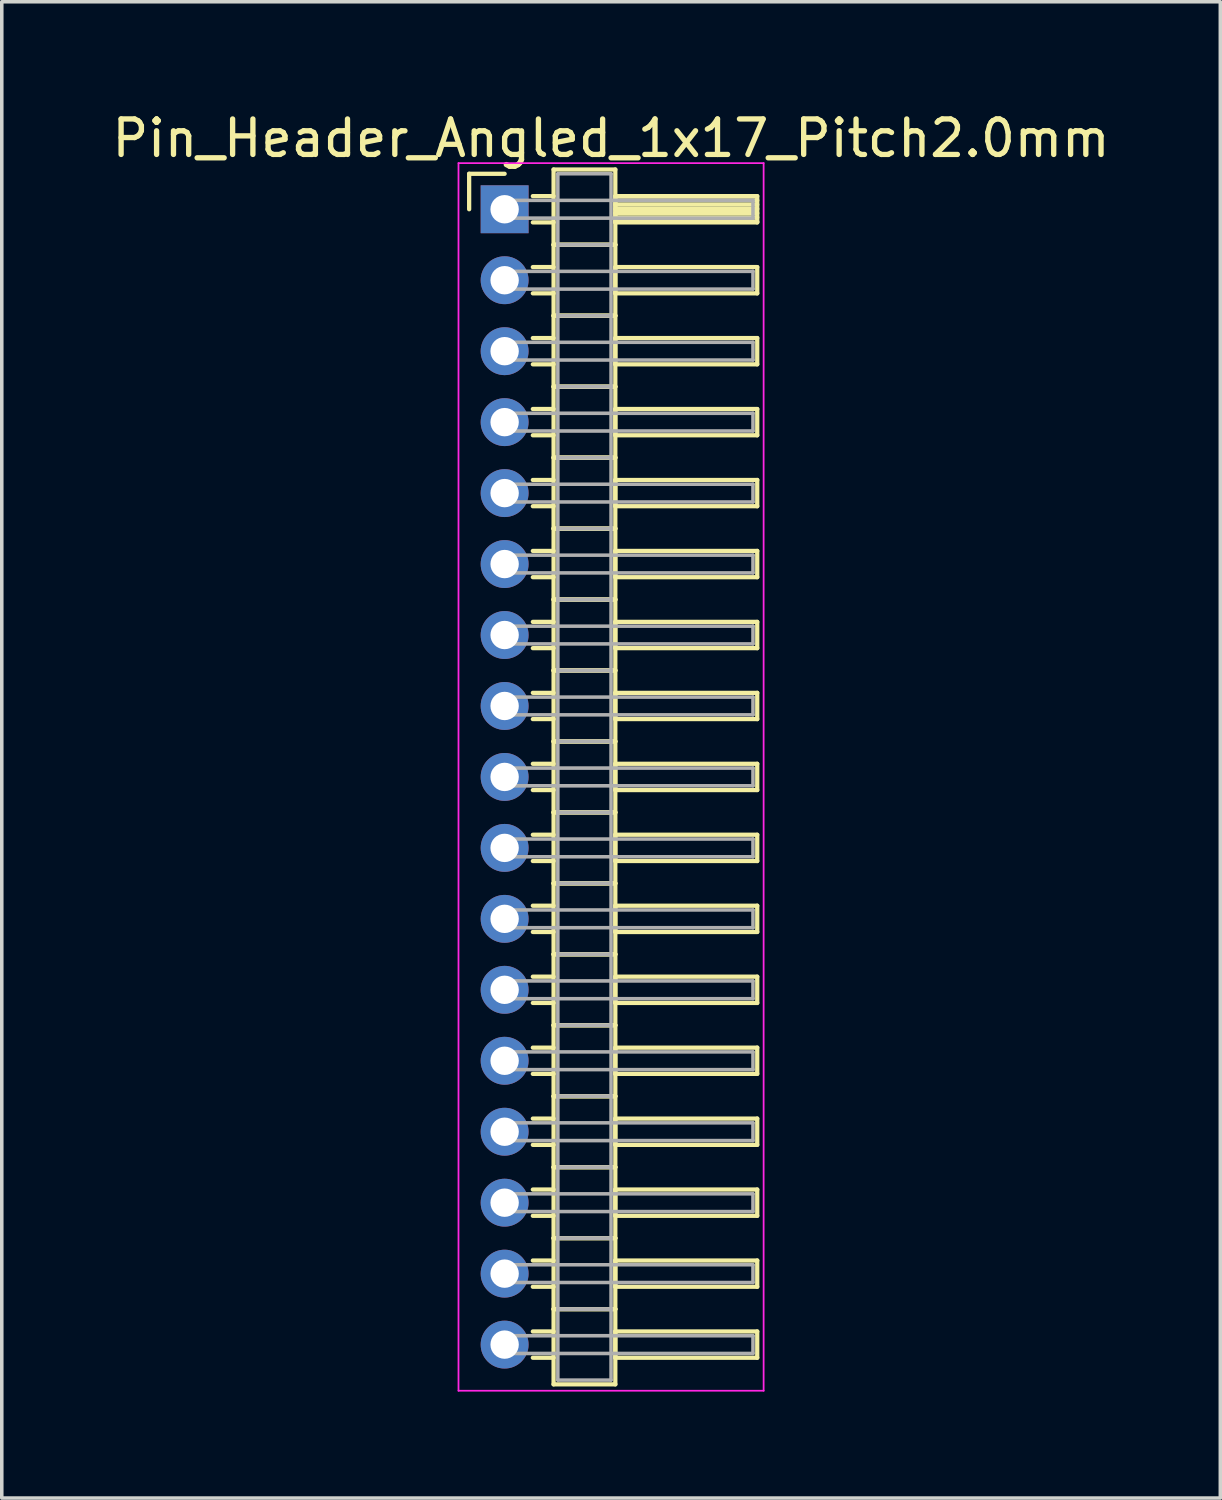
<source format=kicad_pcb>
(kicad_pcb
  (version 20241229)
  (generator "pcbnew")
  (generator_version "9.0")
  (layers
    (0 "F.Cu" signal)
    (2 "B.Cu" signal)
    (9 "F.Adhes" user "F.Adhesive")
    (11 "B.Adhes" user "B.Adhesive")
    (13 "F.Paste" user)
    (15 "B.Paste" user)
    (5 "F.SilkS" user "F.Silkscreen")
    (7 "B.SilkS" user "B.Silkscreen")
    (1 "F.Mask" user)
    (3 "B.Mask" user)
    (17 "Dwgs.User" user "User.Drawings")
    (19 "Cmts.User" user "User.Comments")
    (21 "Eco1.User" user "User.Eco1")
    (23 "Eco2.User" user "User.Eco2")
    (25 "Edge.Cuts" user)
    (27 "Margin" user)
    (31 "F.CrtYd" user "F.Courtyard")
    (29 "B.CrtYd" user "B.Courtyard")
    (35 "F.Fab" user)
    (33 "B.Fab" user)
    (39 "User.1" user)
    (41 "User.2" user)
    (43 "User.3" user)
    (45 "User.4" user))
  (footprint "Pin_Header_Angled_1x17_Pitch2.0mm"
    (layer "F.Cu")
    (at 11.173 2.848)
    (property "Reference" "Pin_Header_Angled_1x17_Pitch2.0mm" (at 3 -2 0) (layer "F.SilkS") (effects (font (size 1 1) (thickness 0.15))))
    (attr through_hole)
    (fp_line (start -1 -1) (end 0 -1) (stroke (width 0.12) (type solid)) (layer "F.SilkS"))
    (fp_line (start -1 0) (end -1 -1) (stroke (width 0.12) (type solid)) (layer "F.SilkS"))
    (fp_line (start 0.795 -0.37) (end 1.38 -0.37) (stroke (width 0.12) (type solid)) (layer "F.SilkS"))
    (fp_line (start 0.795 0.37) (end 1.38 0.37) (stroke (width 0.12) (type solid)) (layer "F.SilkS"))
    (fp_line (start 0.795 1.63) (end 1.38 1.63) (stroke (width 0.12) (type solid)) (layer "F.SilkS"))
    (fp_line (start 0.795 2.37) (end 1.38 2.37) (stroke (width 0.12) (type solid)) (layer "F.SilkS"))
    (fp_line (start 0.795 3.63) (end 1.38 3.63) (stroke (width 0.12) (type solid)) (layer "F.SilkS"))
    (fp_line (start 0.795 4.37) (end 1.38 4.37) (stroke (width 0.12) (type solid)) (layer "F.SilkS"))
    (fp_line (start 0.795 5.63) (end 1.38 5.63) (stroke (width 0.12) (type solid)) (layer "F.SilkS"))
    (fp_line (start 0.795 6.37) (end 1.38 6.37) (stroke (width 0.12) (type solid)) (layer "F.SilkS"))
    (fp_line (start 0.795 7.63) (end 1.38 7.63) (stroke (width 0.12) (type solid)) (layer "F.SilkS"))
    (fp_line (start 0.795 8.37) (end 1.38 8.37) (stroke (width 0.12) (type solid)) (layer "F.SilkS"))
    (fp_line (start 0.795 9.63) (end 1.38 9.63) (stroke (width 0.12) (type solid)) (layer "F.SilkS"))
    (fp_line (start 0.795 10.37) (end 1.38 10.37) (stroke (width 0.12) (type solid)) (layer "F.SilkS"))
    (fp_line (start 0.795 11.63) (end 1.38 11.63) (stroke (width 0.12) (type solid)) (layer "F.SilkS"))
    (fp_line (start 0.795 12.37) (end 1.38 12.37) (stroke (width 0.12) (type solid)) (layer "F.SilkS"))
    (fp_line (start 0.795 13.63) (end 1.38 13.63) (stroke (width 0.12) (type solid)) (layer "F.SilkS"))
    (fp_line (start 0.795 14.37) (end 1.38 14.37) (stroke (width 0.12) (type solid)) (layer "F.SilkS"))
    (fp_line (start 0.795 15.63) (end 1.38 15.63) (stroke (width 0.12) (type solid)) (layer "F.SilkS"))
    (fp_line (start 0.795 16.37) (end 1.38 16.37) (stroke (width 0.12) (type solid)) (layer "F.SilkS"))
    (fp_line (start 0.795 17.63) (end 1.38 17.63) (stroke (width 0.12) (type solid)) (layer "F.SilkS"))
    (fp_line (start 0.795 18.37) (end 1.38 18.37) (stroke (width 0.12) (type solid)) (layer "F.SilkS"))
    (fp_line (start 0.795 19.63) (end 1.38 19.63) (stroke (width 0.12) (type solid)) (layer "F.SilkS"))
    (fp_line (start 0.795 20.37) (end 1.38 20.37) (stroke (width 0.12) (type solid)) (layer "F.SilkS"))
    (fp_line (start 0.795 21.63) (end 1.38 21.63) (stroke (width 0.12) (type solid)) (layer "F.SilkS"))
    (fp_line (start 0.795 22.37) (end 1.38 22.37) (stroke (width 0.12) (type solid)) (layer "F.SilkS"))
    (fp_line (start 0.795 23.63) (end 1.38 23.63) (stroke (width 0.12) (type solid)) (layer "F.SilkS"))
    (fp_line (start 0.795 24.37) (end 1.38 24.37) (stroke (width 0.12) (type solid)) (layer "F.SilkS"))
    (fp_line (start 0.795 25.63) (end 1.38 25.63) (stroke (width 0.12) (type solid)) (layer "F.SilkS"))
    (fp_line (start 0.795 26.37) (end 1.38 26.37) (stroke (width 0.12) (type solid)) (layer "F.SilkS"))
    (fp_line (start 0.795 27.63) (end 1.38 27.63) (stroke (width 0.12) (type solid)) (layer "F.SilkS"))
    (fp_line (start 0.795 28.37) (end 1.38 28.37) (stroke (width 0.12) (type solid)) (layer "F.SilkS"))
    (fp_line (start 0.795 29.63) (end 1.38 29.63) (stroke (width 0.12) (type solid)) (layer "F.SilkS"))
    (fp_line (start 0.795 30.37) (end 1.38 30.37) (stroke (width 0.12) (type solid)) (layer "F.SilkS"))
    (fp_line (start 0.795 31.63) (end 1.38 31.63) (stroke (width 0.12) (type solid)) (layer "F.SilkS"))
    (fp_line (start 0.795 32.37) (end 1.38 32.37) (stroke (width 0.12) (type solid)) (layer "F.SilkS"))
    (fp_line (start 1.38 -1.12) (end 1.38 1) (stroke (width 0.12) (type solid)) (layer "F.SilkS"))
    (fp_line (start 1.38 1) (end 1.38 3) (stroke (width 0.12) (type solid)) (layer "F.SilkS"))
    (fp_line (start 1.38 1) (end 3.12 1) (stroke (width 0.12) (type solid)) (layer "F.SilkS"))
    (fp_line (start 1.38 3) (end 1.38 5) (stroke (width 0.12) (type solid)) (layer "F.SilkS"))
    (fp_line (start 1.38 3) (end 3.12 3) (stroke (width 0.12) (type solid)) (layer "F.SilkS"))
    (fp_line (start 1.38 5) (end 1.38 7) (stroke (width 0.12) (type solid)) (layer "F.SilkS"))
    (fp_line (start 1.38 5) (end 3.12 5) (stroke (width 0.12) (type solid)) (layer "F.SilkS"))
    (fp_line (start 1.38 7) (end 1.38 9) (stroke (width 0.12) (type solid)) (layer "F.SilkS"))
    (fp_line (start 1.38 7) (end 3.12 7) (stroke (width 0.12) (type solid)) (layer "F.SilkS"))
    (fp_line (start 1.38 9) (end 1.38 11) (stroke (width 0.12) (type solid)) (layer "F.SilkS"))
    (fp_line (start 1.38 9) (end 3.12 9) (stroke (width 0.12) (type solid)) (layer "F.SilkS"))
    (fp_line (start 1.38 11) (end 1.38 13) (stroke (width 0.12) (type solid)) (layer "F.SilkS"))
    (fp_line (start 1.38 11) (end 3.12 11) (stroke (width 0.12) (type solid)) (layer "F.SilkS"))
    (fp_line (start 1.38 13) (end 1.38 15) (stroke (width 0.12) (type solid)) (layer "F.SilkS"))
    (fp_line (start 1.38 13) (end 3.12 13) (stroke (width 0.12) (type solid)) (layer "F.SilkS"))
    (fp_line (start 1.38 15) (end 1.38 17) (stroke (width 0.12) (type solid)) (layer "F.SilkS"))
    (fp_line (start 1.38 15) (end 3.12 15) (stroke (width 0.12) (type solid)) (layer "F.SilkS"))
    (fp_line (start 1.38 17) (end 1.38 19) (stroke (width 0.12) (type solid)) (layer "F.SilkS"))
    (fp_line (start 1.38 17) (end 3.12 17) (stroke (width 0.12) (type solid)) (layer "F.SilkS"))
    (fp_line (start 1.38 19) (end 1.38 21) (stroke (width 0.12) (type solid)) (layer "F.SilkS"))
    (fp_line (start 1.38 19) (end 3.12 19) (stroke (width 0.12) (type solid)) (layer "F.SilkS"))
    (fp_line (start 1.38 21) (end 1.38 23) (stroke (width 0.12) (type solid)) (layer "F.SilkS"))
    (fp_line (start 1.38 21) (end 3.12 21) (stroke (width 0.12) (type solid)) (layer "F.SilkS"))
    (fp_line (start 1.38 23) (end 1.38 25) (stroke (width 0.12) (type solid)) (layer "F.SilkS"))
    (fp_line (start 1.38 23) (end 3.12 23) (stroke (width 0.12) (type solid)) (layer "F.SilkS"))
    (fp_line (start 1.38 25) (end 1.38 27) (stroke (width 0.12) (type solid)) (layer "F.SilkS"))
    (fp_line (start 1.38 25) (end 3.12 25) (stroke (width 0.12) (type solid)) (layer "F.SilkS"))
    (fp_line (start 1.38 27) (end 1.38 29) (stroke (width 0.12) (type solid)) (layer "F.SilkS"))
    (fp_line (start 1.38 27) (end 3.12 27) (stroke (width 0.12) (type solid)) (layer "F.SilkS"))
    (fp_line (start 1.38 29) (end 1.38 31) (stroke (width 0.12) (type solid)) (layer "F.SilkS"))
    (fp_line (start 1.38 29) (end 3.12 29) (stroke (width 0.12) (type solid)) (layer "F.SilkS"))
    (fp_line (start 1.38 31) (end 1.38 33.12) (stroke (width 0.12) (type solid)) (layer "F.SilkS"))
    (fp_line (start 1.38 31) (end 3.12 31) (stroke (width 0.12) (type solid)) (layer "F.SilkS"))
    (fp_line (start 1.38 33.12) (end 3.12 33.12) (stroke (width 0.12) (type solid)) (layer "F.SilkS"))
    (fp_line (start 3.12 -1.12) (end 1.38 -1.12) (stroke (width 0.12) (type solid)) (layer "F.SilkS"))
    (fp_line (start 3.12 -0.37) (end 3.12 0.37) (stroke (width 0.12) (type solid)) (layer "F.SilkS"))
    (fp_line (start 3.12 -0.25) (end 7.12 -0.25) (stroke (width 0.12) (type solid)) (layer "F.SilkS"))
    (fp_line (start 3.12 -0.13) (end 7.12 -0.13) (stroke (width 0.12) (type solid)) (layer "F.SilkS"))
    (fp_line (start 3.12 -0.01) (end 7.12 -0.01) (stroke (width 0.12) (type solid)) (layer "F.SilkS"))
    (fp_line (start 3.12 0.11) (end 7.12 0.11) (stroke (width 0.12) (type solid)) (layer "F.SilkS"))
    (fp_line (start 3.12 0.23) (end 7.12 0.23) (stroke (width 0.12) (type solid)) (layer "F.SilkS"))
    (fp_line (start 3.12 0.35) (end 7.12 0.35) (stroke (width 0.12) (type solid)) (layer "F.SilkS"))
    (fp_line (start 3.12 0.37) (end 7.12 0.37) (stroke (width 0.12) (type solid)) (layer "F.SilkS"))
    (fp_line (start 3.12 1) (end 1.38 1) (stroke (width 0.12) (type solid)) (layer "F.SilkS"))
    (fp_line (start 3.12 1) (end 3.12 -1.12) (stroke (width 0.12) (type solid)) (layer "F.SilkS"))
    (fp_line (start 3.12 1.63) (end 3.12 2.37) (stroke (width 0.12) (type solid)) (layer "F.SilkS"))
    (fp_line (start 3.12 2.37) (end 7.12 2.37) (stroke (width 0.12) (type solid)) (layer "F.SilkS"))
    (fp_line (start 3.12 3) (end 1.38 3) (stroke (width 0.12) (type solid)) (layer "F.SilkS"))
    (fp_line (start 3.12 3) (end 3.12 1) (stroke (width 0.12) (type solid)) (layer "F.SilkS"))
    (fp_line (start 3.12 3.63) (end 3.12 4.37) (stroke (width 0.12) (type solid)) (layer "F.SilkS"))
    (fp_line (start 3.12 4.37) (end 7.12 4.37) (stroke (width 0.12) (type solid)) (layer "F.SilkS"))
    (fp_line (start 3.12 5) (end 1.38 5) (stroke (width 0.12) (type solid)) (layer "F.SilkS"))
    (fp_line (start 3.12 5) (end 3.12 3) (stroke (width 0.12) (type solid)) (layer "F.SilkS"))
    (fp_line (start 3.12 5.63) (end 3.12 6.37) (stroke (width 0.12) (type solid)) (layer "F.SilkS"))
    (fp_line (start 3.12 6.37) (end 7.12 6.37) (stroke (width 0.12) (type solid)) (layer "F.SilkS"))
    (fp_line (start 3.12 7) (end 1.38 7) (stroke (width 0.12) (type solid)) (layer "F.SilkS"))
    (fp_line (start 3.12 7) (end 3.12 5) (stroke (width 0.12) (type solid)) (layer "F.SilkS"))
    (fp_line (start 3.12 7.63) (end 3.12 8.37) (stroke (width 0.12) (type solid)) (layer "F.SilkS"))
    (fp_line (start 3.12 8.37) (end 7.12 8.37) (stroke (width 0.12) (type solid)) (layer "F.SilkS"))
    (fp_line (start 3.12 9) (end 1.38 9) (stroke (width 0.12) (type solid)) (layer "F.SilkS"))
    (fp_line (start 3.12 9) (end 3.12 7) (stroke (width 0.12) (type solid)) (layer "F.SilkS"))
    (fp_line (start 3.12 9.63) (end 3.12 10.37) (stroke (width 0.12) (type solid)) (layer "F.SilkS"))
    (fp_line (start 3.12 10.37) (end 7.12 10.37) (stroke (width 0.12) (type solid)) (layer "F.SilkS"))
    (fp_line (start 3.12 11) (end 1.38 11) (stroke (width 0.12) (type solid)) (layer "F.SilkS"))
    (fp_line (start 3.12 11) (end 3.12 9) (stroke (width 0.12) (type solid)) (layer "F.SilkS"))
    (fp_line (start 3.12 11.63) (end 3.12 12.37) (stroke (width 0.12) (type solid)) (layer "F.SilkS"))
    (fp_line (start 3.12 12.37) (end 7.12 12.37) (stroke (width 0.12) (type solid)) (layer "F.SilkS"))
    (fp_line (start 3.12 13) (end 1.38 13) (stroke (width 0.12) (type solid)) (layer "F.SilkS"))
    (fp_line (start 3.12 13) (end 3.12 11) (stroke (width 0.12) (type solid)) (layer "F.SilkS"))
    (fp_line (start 3.12 13.63) (end 3.12 14.37) (stroke (width 0.12) (type solid)) (layer "F.SilkS"))
    (fp_line (start 3.12 14.37) (end 7.12 14.37) (stroke (width 0.12) (type solid)) (layer "F.SilkS"))
    (fp_line (start 3.12 15) (end 1.38 15) (stroke (width 0.12) (type solid)) (layer "F.SilkS"))
    (fp_line (start 3.12 15) (end 3.12 13) (stroke (width 0.12) (type solid)) (layer "F.SilkS"))
    (fp_line (start 3.12 15.63) (end 3.12 16.37) (stroke (width 0.12) (type solid)) (layer "F.SilkS"))
    (fp_line (start 3.12 16.37) (end 7.12 16.37) (stroke (width 0.12) (type solid)) (layer "F.SilkS"))
    (fp_line (start 3.12 17) (end 1.38 17) (stroke (width 0.12) (type solid)) (layer "F.SilkS"))
    (fp_line (start 3.12 17) (end 3.12 15) (stroke (width 0.12) (type solid)) (layer "F.SilkS"))
    (fp_line (start 3.12 17.63) (end 3.12 18.37) (stroke (width 0.12) (type solid)) (layer "F.SilkS"))
    (fp_line (start 3.12 18.37) (end 7.12 18.37) (stroke (width 0.12) (type solid)) (layer "F.SilkS"))
    (fp_line (start 3.12 19) (end 1.38 19) (stroke (width 0.12) (type solid)) (layer "F.SilkS"))
    (fp_line (start 3.12 19) (end 3.12 17) (stroke (width 0.12) (type solid)) (layer "F.SilkS"))
    (fp_line (start 3.12 19.63) (end 3.12 20.37) (stroke (width 0.12) (type solid)) (layer "F.SilkS"))
    (fp_line (start 3.12 20.37) (end 7.12 20.37) (stroke (width 0.12) (type solid)) (layer "F.SilkS"))
    (fp_line (start 3.12 21) (end 1.38 21) (stroke (width 0.12) (type solid)) (layer "F.SilkS"))
    (fp_line (start 3.12 21) (end 3.12 19) (stroke (width 0.12) (type solid)) (layer "F.SilkS"))
    (fp_line (start 3.12 21.63) (end 3.12 22.37) (stroke (width 0.12) (type solid)) (layer "F.SilkS"))
    (fp_line (start 3.12 22.37) (end 7.12 22.37) (stroke (width 0.12) (type solid)) (layer "F.SilkS"))
    (fp_line (start 3.12 23) (end 1.38 23) (stroke (width 0.12) (type solid)) (layer "F.SilkS"))
    (fp_line (start 3.12 23) (end 3.12 21) (stroke (width 0.12) (type solid)) (layer "F.SilkS"))
    (fp_line (start 3.12 23.63) (end 3.12 24.37) (stroke (width 0.12) (type solid)) (layer "F.SilkS"))
    (fp_line (start 3.12 24.37) (end 7.12 24.37) (stroke (width 0.12) (type solid)) (layer "F.SilkS"))
    (fp_line (start 3.12 25) (end 1.38 25) (stroke (width 0.12) (type solid)) (layer "F.SilkS"))
    (fp_line (start 3.12 25) (end 3.12 23) (stroke (width 0.12) (type solid)) (layer "F.SilkS"))
    (fp_line (start 3.12 25.63) (end 3.12 26.37) (stroke (width 0.12) (type solid)) (layer "F.SilkS"))
    (fp_line (start 3.12 26.37) (end 7.12 26.37) (stroke (width 0.12) (type solid)) (layer "F.SilkS"))
    (fp_line (start 3.12 27) (end 1.38 27) (stroke (width 0.12) (type solid)) (layer "F.SilkS"))
    (fp_line (start 3.12 27) (end 3.12 25) (stroke (width 0.12) (type solid)) (layer "F.SilkS"))
    (fp_line (start 3.12 27.63) (end 3.12 28.37) (stroke (width 0.12) (type solid)) (layer "F.SilkS"))
    (fp_line (start 3.12 28.37) (end 7.12 28.37) (stroke (width 0.12) (type solid)) (layer "F.SilkS"))
    (fp_line (start 3.12 29) (end 1.38 29) (stroke (width 0.12) (type solid)) (layer "F.SilkS"))
    (fp_line (start 3.12 29) (end 3.12 27) (stroke (width 0.12) (type solid)) (layer "F.SilkS"))
    (fp_line (start 3.12 29.63) (end 3.12 30.37) (stroke (width 0.12) (type solid)) (layer "F.SilkS"))
    (fp_line (start 3.12 30.37) (end 7.12 30.37) (stroke (width 0.12) (type solid)) (layer "F.SilkS"))
    (fp_line (start 3.12 31) (end 1.38 31) (stroke (width 0.12) (type solid)) (layer "F.SilkS"))
    (fp_line (start 3.12 31) (end 3.12 29) (stroke (width 0.12) (type solid)) (layer "F.SilkS"))
    (fp_line (start 3.12 31.63) (end 3.12 32.37) (stroke (width 0.12) (type solid)) (layer "F.SilkS"))
    (fp_line (start 3.12 32.37) (end 7.12 32.37) (stroke (width 0.12) (type solid)) (layer "F.SilkS"))
    (fp_line (start 3.12 33.12) (end 3.12 31) (stroke (width 0.12) (type solid)) (layer "F.SilkS"))
    (fp_line (start 7.12 -0.37) (end 3.12 -0.37) (stroke (width 0.12) (type solid)) (layer "F.SilkS"))
    (fp_line (start 7.12 0.37) (end 7.12 -0.37) (stroke (width 0.12) (type solid)) (layer "F.SilkS"))
    (fp_line (start 7.12 1.63) (end 3.12 1.63) (stroke (width 0.12) (type solid)) (layer "F.SilkS"))
    (fp_line (start 7.12 2.37) (end 7.12 1.63) (stroke (width 0.12) (type solid)) (layer "F.SilkS"))
    (fp_line (start 7.12 3.63) (end 3.12 3.63) (stroke (width 0.12) (type solid)) (layer "F.SilkS"))
    (fp_line (start 7.12 4.37) (end 7.12 3.63) (stroke (width 0.12) (type solid)) (layer "F.SilkS"))
    (fp_line (start 7.12 5.63) (end 3.12 5.63) (stroke (width 0.12) (type solid)) (layer "F.SilkS"))
    (fp_line (start 7.12 6.37) (end 7.12 5.63) (stroke (width 0.12) (type solid)) (layer "F.SilkS"))
    (fp_line (start 7.12 7.63) (end 3.12 7.63) (stroke (width 0.12) (type solid)) (layer "F.SilkS"))
    (fp_line (start 7.12 8.37) (end 7.12 7.63) (stroke (width 0.12) (type solid)) (layer "F.SilkS"))
    (fp_line (start 7.12 9.63) (end 3.12 9.63) (stroke (width 0.12) (type solid)) (layer "F.SilkS"))
    (fp_line (start 7.12 10.37) (end 7.12 9.63) (stroke (width 0.12) (type solid)) (layer "F.SilkS"))
    (fp_line (start 7.12 11.63) (end 3.12 11.63) (stroke (width 0.12) (type solid)) (layer "F.SilkS"))
    (fp_line (start 7.12 12.37) (end 7.12 11.63) (stroke (width 0.12) (type solid)) (layer "F.SilkS"))
    (fp_line (start 7.12 13.63) (end 3.12 13.63) (stroke (width 0.12) (type solid)) (layer "F.SilkS"))
    (fp_line (start 7.12 14.37) (end 7.12 13.63) (stroke (width 0.12) (type solid)) (layer "F.SilkS"))
    (fp_line (start 7.12 15.63) (end 3.12 15.63) (stroke (width 0.12) (type solid)) (layer "F.SilkS"))
    (fp_line (start 7.12 16.37) (end 7.12 15.63) (stroke (width 0.12) (type solid)) (layer "F.SilkS"))
    (fp_line (start 7.12 17.63) (end 3.12 17.63) (stroke (width 0.12) (type solid)) (layer "F.SilkS"))
    (fp_line (start 7.12 18.37) (end 7.12 17.63) (stroke (width 0.12) (type solid)) (layer "F.SilkS"))
    (fp_line (start 7.12 19.63) (end 3.12 19.63) (stroke (width 0.12) (type solid)) (layer "F.SilkS"))
    (fp_line (start 7.12 20.37) (end 7.12 19.63) (stroke (width 0.12) (type solid)) (layer "F.SilkS"))
    (fp_line (start 7.12 21.63) (end 3.12 21.63) (stroke (width 0.12) (type solid)) (layer "F.SilkS"))
    (fp_line (start 7.12 22.37) (end 7.12 21.63) (stroke (width 0.12) (type solid)) (layer "F.SilkS"))
    (fp_line (start 7.12 23.63) (end 3.12 23.63) (stroke (width 0.12) (type solid)) (layer "F.SilkS"))
    (fp_line (start 7.12 24.37) (end 7.12 23.63) (stroke (width 0.12) (type solid)) (layer "F.SilkS"))
    (fp_line (start 7.12 25.63) (end 3.12 25.63) (stroke (width 0.12) (type solid)) (layer "F.SilkS"))
    (fp_line (start 7.12 26.37) (end 7.12 25.63) (stroke (width 0.12) (type solid)) (layer "F.SilkS"))
    (fp_line (start 7.12 27.63) (end 3.12 27.63) (stroke (width 0.12) (type solid)) (layer "F.SilkS"))
    (fp_line (start 7.12 28.37) (end 7.12 27.63) (stroke (width 0.12) (type solid)) (layer "F.SilkS"))
    (fp_line (start 7.12 29.63) (end 3.12 29.63) (stroke (width 0.12) (type solid)) (layer "F.SilkS"))
    (fp_line (start 7.12 30.37) (end 7.12 29.63) (stroke (width 0.12) (type solid)) (layer "F.SilkS"))
    (fp_line (start 7.12 31.63) (end 3.12 31.63) (stroke (width 0.12) (type solid)) (layer "F.SilkS"))
    (fp_line (start 7.12 32.37) (end 7.12 31.63) (stroke (width 0.12) (type solid)) (layer "F.SilkS"))
    (fp_line (start -1.3 -1.3) (end -1.3 33.3) (stroke (width 0.05) (type solid)) (layer "F.CrtYd"))
    (fp_line (start -1.3 33.3) (end 7.3 33.3) (stroke (width 0.05) (type solid)) (layer "F.CrtYd"))
    (fp_line (start 7.3 -1.3) (end -1.3 -1.3) (stroke (width 0.05) (type solid)) (layer "F.CrtYd"))
    (fp_line (start 7.3 33.3) (end 7.3 -1.3) (stroke (width 0.05) (type solid)) (layer "F.CrtYd"))
    (fp_line (start 0 -0.25) (end 0 0.25) (stroke (width 0.1) (type solid)) (layer "F.Fab"))
    (fp_line (start 0 0.25) (end 7 0.25) (stroke (width 0.1) (type solid)) (layer "F.Fab"))
    (fp_line (start 0 1.75) (end 0 2.25) (stroke (width 0.1) (type solid)) (layer "F.Fab"))
    (fp_line (start 0 2.25) (end 7 2.25) (stroke (width 0.1) (type solid)) (layer "F.Fab"))
    (fp_line (start 0 3.75) (end 0 4.25) (stroke (width 0.1) (type solid)) (layer "F.Fab"))
    (fp_line (start 0 4.25) (end 7 4.25) (stroke (width 0.1) (type solid)) (layer "F.Fab"))
    (fp_line (start 0 5.75) (end 0 6.25) (stroke (width 0.1) (type solid)) (layer "F.Fab"))
    (fp_line (start 0 6.25) (end 7 6.25) (stroke (width 0.1) (type solid)) (layer "F.Fab"))
    (fp_line (start 0 7.75) (end 0 8.25) (stroke (width 0.1) (type solid)) (layer "F.Fab"))
    (fp_line (start 0 8.25) (end 7 8.25) (stroke (width 0.1) (type solid)) (layer "F.Fab"))
    (fp_line (start 0 9.75) (end 0 10.25) (stroke (width 0.1) (type solid)) (layer "F.Fab"))
    (fp_line (start 0 10.25) (end 7 10.25) (stroke (width 0.1) (type solid)) (layer "F.Fab"))
    (fp_line (start 0 11.75) (end 0 12.25) (stroke (width 0.1) (type solid)) (layer "F.Fab"))
    (fp_line (start 0 12.25) (end 7 12.25) (stroke (width 0.1) (type solid)) (layer "F.Fab"))
    (fp_line (start 0 13.75) (end 0 14.25) (stroke (width 0.1) (type solid)) (layer "F.Fab"))
    (fp_line (start 0 14.25) (end 7 14.25) (stroke (width 0.1) (type solid)) (layer "F.Fab"))
    (fp_line (start 0 15.75) (end 0 16.25) (stroke (width 0.1) (type solid)) (layer "F.Fab"))
    (fp_line (start 0 16.25) (end 7 16.25) (stroke (width 0.1) (type solid)) (layer "F.Fab"))
    (fp_line (start 0 17.75) (end 0 18.25) (stroke (width 0.1) (type solid)) (layer "F.Fab"))
    (fp_line (start 0 18.25) (end 7 18.25) (stroke (width 0.1) (type solid)) (layer "F.Fab"))
    (fp_line (start 0 19.75) (end 0 20.25) (stroke (width 0.1) (type solid)) (layer "F.Fab"))
    (fp_line (start 0 20.25) (end 7 20.25) (stroke (width 0.1) (type solid)) (layer "F.Fab"))
    (fp_line (start 0 21.75) (end 0 22.25) (stroke (width 0.1) (type solid)) (layer "F.Fab"))
    (fp_line (start 0 22.25) (end 7 22.25) (stroke (width 0.1) (type solid)) (layer "F.Fab"))
    (fp_line (start 0 23.75) (end 0 24.25) (stroke (width 0.1) (type solid)) (layer "F.Fab"))
    (fp_line (start 0 24.25) (end 7 24.25) (stroke (width 0.1) (type solid)) (layer "F.Fab"))
    (fp_line (start 0 25.75) (end 0 26.25) (stroke (width 0.1) (type solid)) (layer "F.Fab"))
    (fp_line (start 0 26.25) (end 7 26.25) (stroke (width 0.1) (type solid)) (layer "F.Fab"))
    (fp_line (start 0 27.75) (end 0 28.25) (stroke (width 0.1) (type solid)) (layer "F.Fab"))
    (fp_line (start 0 28.25) (end 7 28.25) (stroke (width 0.1) (type solid)) (layer "F.Fab"))
    (fp_line (start 0 29.75) (end 0 30.25) (stroke (width 0.1) (type solid)) (layer "F.Fab"))
    (fp_line (start 0 30.25) (end 7 30.25) (stroke (width 0.1) (type solid)) (layer "F.Fab"))
    (fp_line (start 0 31.75) (end 0 32.25) (stroke (width 0.1) (type solid)) (layer "F.Fab"))
    (fp_line (start 0 32.25) (end 7 32.25) (stroke (width 0.1) (type solid)) (layer "F.Fab"))
    (fp_line (start 1.5 -1) (end 1.5 1) (stroke (width 0.1) (type solid)) (layer "F.Fab"))
    (fp_line (start 1.5 1) (end 1.5 3) (stroke (width 0.1) (type solid)) (layer "F.Fab"))
    (fp_line (start 1.5 1) (end 3 1) (stroke (width 0.1) (type solid)) (layer "F.Fab"))
    (fp_line (start 1.5 3) (end 1.5 5) (stroke (width 0.1) (type solid)) (layer "F.Fab"))
    (fp_line (start 1.5 3) (end 3 3) (stroke (width 0.1) (type solid)) (layer "F.Fab"))
    (fp_line (start 1.5 5) (end 1.5 7) (stroke (width 0.1) (type solid)) (layer "F.Fab"))
    (fp_line (start 1.5 5) (end 3 5) (stroke (width 0.1) (type solid)) (layer "F.Fab"))
    (fp_line (start 1.5 7) (end 1.5 9) (stroke (width 0.1) (type solid)) (layer "F.Fab"))
    (fp_line (start 1.5 7) (end 3 7) (stroke (width 0.1) (type solid)) (layer "F.Fab"))
    (fp_line (start 1.5 9) (end 1.5 11) (stroke (width 0.1) (type solid)) (layer "F.Fab"))
    (fp_line (start 1.5 9) (end 3 9) (stroke (width 0.1) (type solid)) (layer "F.Fab"))
    (fp_line (start 1.5 11) (end 1.5 13) (stroke (width 0.1) (type solid)) (layer "F.Fab"))
    (fp_line (start 1.5 11) (end 3 11) (stroke (width 0.1) (type solid)) (layer "F.Fab"))
    (fp_line (start 1.5 13) (end 1.5 15) (stroke (width 0.1) (type solid)) (layer "F.Fab"))
    (fp_line (start 1.5 13) (end 3 13) (stroke (width 0.1) (type solid)) (layer "F.Fab"))
    (fp_line (start 1.5 15) (end 1.5 17) (stroke (width 0.1) (type solid)) (layer "F.Fab"))
    (fp_line (start 1.5 15) (end 3 15) (stroke (width 0.1) (type solid)) (layer "F.Fab"))
    (fp_line (start 1.5 17) (end 1.5 19) (stroke (width 0.1) (type solid)) (layer "F.Fab"))
    (fp_line (start 1.5 17) (end 3 17) (stroke (width 0.1) (type solid)) (layer "F.Fab"))
    (fp_line (start 1.5 19) (end 1.5 21) (stroke (width 0.1) (type solid)) (layer "F.Fab"))
    (fp_line (start 1.5 19) (end 3 19) (stroke (width 0.1) (type solid)) (layer "F.Fab"))
    (fp_line (start 1.5 21) (end 1.5 23) (stroke (width 0.1) (type solid)) (layer "F.Fab"))
    (fp_line (start 1.5 21) (end 3 21) (stroke (width 0.1) (type solid)) (layer "F.Fab"))
    (fp_line (start 1.5 23) (end 1.5 25) (stroke (width 0.1) (type solid)) (layer "F.Fab"))
    (fp_line (start 1.5 23) (end 3 23) (stroke (width 0.1) (type solid)) (layer "F.Fab"))
    (fp_line (start 1.5 25) (end 1.5 27) (stroke (width 0.1) (type solid)) (layer "F.Fab"))
    (fp_line (start 1.5 25) (end 3 25) (stroke (width 0.1) (type solid)) (layer "F.Fab"))
    (fp_line (start 1.5 27) (end 1.5 29) (stroke (width 0.1) (type solid)) (layer "F.Fab"))
    (fp_line (start 1.5 27) (end 3 27) (stroke (width 0.1) (type solid)) (layer "F.Fab"))
    (fp_line (start 1.5 29) (end 1.5 31) (stroke (width 0.1) (type solid)) (layer "F.Fab"))
    (fp_line (start 1.5 29) (end 3 29) (stroke (width 0.1) (type solid)) (layer "F.Fab"))
    (fp_line (start 1.5 31) (end 1.5 33) (stroke (width 0.1) (type solid)) (layer "F.Fab"))
    (fp_line (start 1.5 31) (end 3 31) (stroke (width 0.1) (type solid)) (layer "F.Fab"))
    (fp_line (start 1.5 33) (end 3 33) (stroke (width 0.1) (type solid)) (layer "F.Fab"))
    (fp_line (start 3 -1) (end 1.5 -1) (stroke (width 0.1) (type solid)) (layer "F.Fab"))
    (fp_line (start 3 1) (end 1.5 1) (stroke (width 0.1) (type solid)) (layer "F.Fab"))
    (fp_line (start 3 1) (end 3 -1) (stroke (width 0.1) (type solid)) (layer "F.Fab"))
    (fp_line (start 3 3) (end 1.5 3) (stroke (width 0.1) (type solid)) (layer "F.Fab"))
    (fp_line (start 3 3) (end 3 1) (stroke (width 0.1) (type solid)) (layer "F.Fab"))
    (fp_line (start 3 5) (end 1.5 5) (stroke (width 0.1) (type solid)) (layer "F.Fab"))
    (fp_line (start 3 5) (end 3 3) (stroke (width 0.1) (type solid)) (layer "F.Fab"))
    (fp_line (start 3 7) (end 1.5 7) (stroke (width 0.1) (type solid)) (layer "F.Fab"))
    (fp_line (start 3 7) (end 3 5) (stroke (width 0.1) (type solid)) (layer "F.Fab"))
    (fp_line (start 3 9) (end 1.5 9) (stroke (width 0.1) (type solid)) (layer "F.Fab"))
    (fp_line (start 3 9) (end 3 7) (stroke (width 0.1) (type solid)) (layer "F.Fab"))
    (fp_line (start 3 11) (end 1.5 11) (stroke (width 0.1) (type solid)) (layer "F.Fab"))
    (fp_line (start 3 11) (end 3 9) (stroke (width 0.1) (type solid)) (layer "F.Fab"))
    (fp_line (start 3 13) (end 1.5 13) (stroke (width 0.1) (type solid)) (layer "F.Fab"))
    (fp_line (start 3 13) (end 3 11) (stroke (width 0.1) (type solid)) (layer "F.Fab"))
    (fp_line (start 3 15) (end 1.5 15) (stroke (width 0.1) (type solid)) (layer "F.Fab"))
    (fp_line (start 3 15) (end 3 13) (stroke (width 0.1) (type solid)) (layer "F.Fab"))
    (fp_line (start 3 17) (end 1.5 17) (stroke (width 0.1) (type solid)) (layer "F.Fab"))
    (fp_line (start 3 17) (end 3 15) (stroke (width 0.1) (type solid)) (layer "F.Fab"))
    (fp_line (start 3 19) (end 1.5 19) (stroke (width 0.1) (type solid)) (layer "F.Fab"))
    (fp_line (start 3 19) (end 3 17) (stroke (width 0.1) (type solid)) (layer "F.Fab"))
    (fp_line (start 3 21) (end 1.5 21) (stroke (width 0.1) (type solid)) (layer "F.Fab"))
    (fp_line (start 3 21) (end 3 19) (stroke (width 0.1) (type solid)) (layer "F.Fab"))
    (fp_line (start 3 23) (end 1.5 23) (stroke (width 0.1) (type solid)) (layer "F.Fab"))
    (fp_line (start 3 23) (end 3 21) (stroke (width 0.1) (type solid)) (layer "F.Fab"))
    (fp_line (start 3 25) (end 1.5 25) (stroke (width 0.1) (type solid)) (layer "F.Fab"))
    (fp_line (start 3 25) (end 3 23) (stroke (width 0.1) (type solid)) (layer "F.Fab"))
    (fp_line (start 3 27) (end 1.5 27) (stroke (width 0.1) (type solid)) (layer "F.Fab"))
    (fp_line (start 3 27) (end 3 25) (stroke (width 0.1) (type solid)) (layer "F.Fab"))
    (fp_line (start 3 29) (end 1.5 29) (stroke (width 0.1) (type solid)) (layer "F.Fab"))
    (fp_line (start 3 29) (end 3 27) (stroke (width 0.1) (type solid)) (layer "F.Fab"))
    (fp_line (start 3 31) (end 1.5 31) (stroke (width 0.1) (type solid)) (layer "F.Fab"))
    (fp_line (start 3 31) (end 3 29) (stroke (width 0.1) (type solid)) (layer "F.Fab"))
    (fp_line (start 3 33) (end 3 31) (stroke (width 0.1) (type solid)) (layer "F.Fab"))
    (fp_line (start 7 -0.25) (end 0 -0.25) (stroke (width 0.1) (type solid)) (layer "F.Fab"))
    (fp_line (start 7 0.25) (end 7 -0.25) (stroke (width 0.1) (type solid)) (layer "F.Fab"))
    (fp_line (start 7 1.75) (end 0 1.75) (stroke (width 0.1) (type solid)) (layer "F.Fab"))
    (fp_line (start 7 2.25) (end 7 1.75) (stroke (width 0.1) (type solid)) (layer "F.Fab"))
    (fp_line (start 7 3.75) (end 0 3.75) (stroke (width 0.1) (type solid)) (layer "F.Fab"))
    (fp_line (start 7 4.25) (end 7 3.75) (stroke (width 0.1) (type solid)) (layer "F.Fab"))
    (fp_line (start 7 5.75) (end 0 5.75) (stroke (width 0.1) (type solid)) (layer "F.Fab"))
    (fp_line (start 7 6.25) (end 7 5.75) (stroke (width 0.1) (type solid)) (layer "F.Fab"))
    (fp_line (start 7 7.75) (end 0 7.75) (stroke (width 0.1) (type solid)) (layer "F.Fab"))
    (fp_line (start 7 8.25) (end 7 7.75) (stroke (width 0.1) (type solid)) (layer "F.Fab"))
    (fp_line (start 7 9.75) (end 0 9.75) (stroke (width 0.1) (type solid)) (layer "F.Fab"))
    (fp_line (start 7 10.25) (end 7 9.75) (stroke (width 0.1) (type solid)) (layer "F.Fab"))
    (fp_line (start 7 11.75) (end 0 11.75) (stroke (width 0.1) (type solid)) (layer "F.Fab"))
    (fp_line (start 7 12.25) (end 7 11.75) (stroke (width 0.1) (type solid)) (layer "F.Fab"))
    (fp_line (start 7 13.75) (end 0 13.75) (stroke (width 0.1) (type solid)) (layer "F.Fab"))
    (fp_line (start 7 14.25) (end 7 13.75) (stroke (width 0.1) (type solid)) (layer "F.Fab"))
    (fp_line (start 7 15.75) (end 0 15.75) (stroke (width 0.1) (type solid)) (layer "F.Fab"))
    (fp_line (start 7 16.25) (end 7 15.75) (stroke (width 0.1) (type solid)) (layer "F.Fab"))
    (fp_line (start 7 17.75) (end 0 17.75) (stroke (width 0.1) (type solid)) (layer "F.Fab"))
    (fp_line (start 7 18.25) (end 7 17.75) (stroke (width 0.1) (type solid)) (layer "F.Fab"))
    (fp_line (start 7 19.75) (end 0 19.75) (stroke (width 0.1) (type solid)) (layer "F.Fab"))
    (fp_line (start 7 20.25) (end 7 19.75) (stroke (width 0.1) (type solid)) (layer "F.Fab"))
    (fp_line (start 7 21.75) (end 0 21.75) (stroke (width 0.1) (type solid)) (layer "F.Fab"))
    (fp_line (start 7 22.25) (end 7 21.75) (stroke (width 0.1) (type solid)) (layer "F.Fab"))
    (fp_line (start 7 23.75) (end 0 23.75) (stroke (width 0.1) (type solid)) (layer "F.Fab"))
    (fp_line (start 7 24.25) (end 7 23.75) (stroke (width 0.1) (type solid)) (layer "F.Fab"))
    (fp_line (start 7 25.75) (end 0 25.75) (stroke (width 0.1) (type solid)) (layer "F.Fab"))
    (fp_line (start 7 26.25) (end 7 25.75) (stroke (width 0.1) (type solid)) (layer "F.Fab"))
    (fp_line (start 7 27.75) (end 0 27.75) (stroke (width 0.1) (type solid)) (layer "F.Fab"))
    (fp_line (start 7 28.25) (end 7 27.75) (stroke (width 0.1) (type solid)) (layer "F.Fab"))
    (fp_line (start 7 29.75) (end 0 29.75) (stroke (width 0.1) (type solid)) (layer "F.Fab"))
    (fp_line (start 7 30.25) (end 7 29.75) (stroke (width 0.1) (type solid)) (layer "F.Fab"))
    (fp_line (start 7 31.75) (end 0 31.75) (stroke (width 0.1) (type solid)) (layer "F.Fab"))
    (fp_line (start 7 32.25) (end 7 31.75) (stroke (width 0.1) (type solid)) (layer "F.Fab"))
    (pad "1" thru_hole rect (at 0 0) (size 1.35 1.35) (drill 0.8) (layers "*.Cu" "*.Mask"))
    (pad "2" thru_hole oval (at 0 2) (size 1.35 1.35) (drill 0.8) (layers "*.Cu" "*.Mask"))
    (pad "3" thru_hole oval (at 0 4) (size 1.35 1.35) (drill 0.8) (layers "*.Cu" "*.Mask"))
    (pad "4" thru_hole oval (at 0 6) (size 1.35 1.35) (drill 0.8) (layers "*.Cu" "*.Mask"))
    (pad "5" thru_hole oval (at 0 8) (size 1.35 1.35) (drill 0.8) (layers "*.Cu" "*.Mask"))
    (pad "6" thru_hole oval (at 0 10) (size 1.35 1.35) (drill 0.8) (layers "*.Cu" "*.Mask"))
    (pad "7" thru_hole oval (at 0 12) (size 1.35 1.35) (drill 0.8) (layers "*.Cu" "*.Mask"))
    (pad "8" thru_hole oval (at 0 14) (size 1.35 1.35) (drill 0.8) (layers "*.Cu" "*.Mask"))
    (pad "9" thru_hole oval (at 0 16) (size 1.35 1.35) (drill 0.8) (layers "*.Cu" "*.Mask"))
    (pad "10" thru_hole oval (at 0 18) (size 1.35 1.35) (drill 0.8) (layers "*.Cu" "*.Mask"))
    (pad "11" thru_hole oval (at 0 20) (size 1.35 1.35) (drill 0.8) (layers "*.Cu" "*.Mask"))
    (pad "12" thru_hole oval (at 0 22) (size 1.35 1.35) (drill 0.8) (layers "*.Cu" "*.Mask"))
    (pad "13" thru_hole oval (at 0 24) (size 1.35 1.35) (drill 0.8) (layers "*.Cu" "*.Mask"))
    (pad "14" thru_hole oval (at 0 26) (size 1.35 1.35) (drill 0.8) (layers "*.Cu" "*.Mask"))
    (pad "15" thru_hole oval (at 0 28) (size 1.35 1.35) (drill 0.8) (layers "*.Cu" "*.Mask"))
    (pad "16" thru_hole oval (at 0 30) (size 1.35 1.35) (drill 0.8) (layers "*.Cu" "*.Mask"))
    (pad "17" thru_hole oval (at 0 32) (size 1.35 1.35) (drill 0.8) (layers "*.Cu" "*.Mask")))
  (gr_rect
    (start -3 -3)
    (end 31.345 39.173)
    (stroke (width 0.1) (type default))
    (fill no)
    (layer "Edge.Cuts")))
</source>
